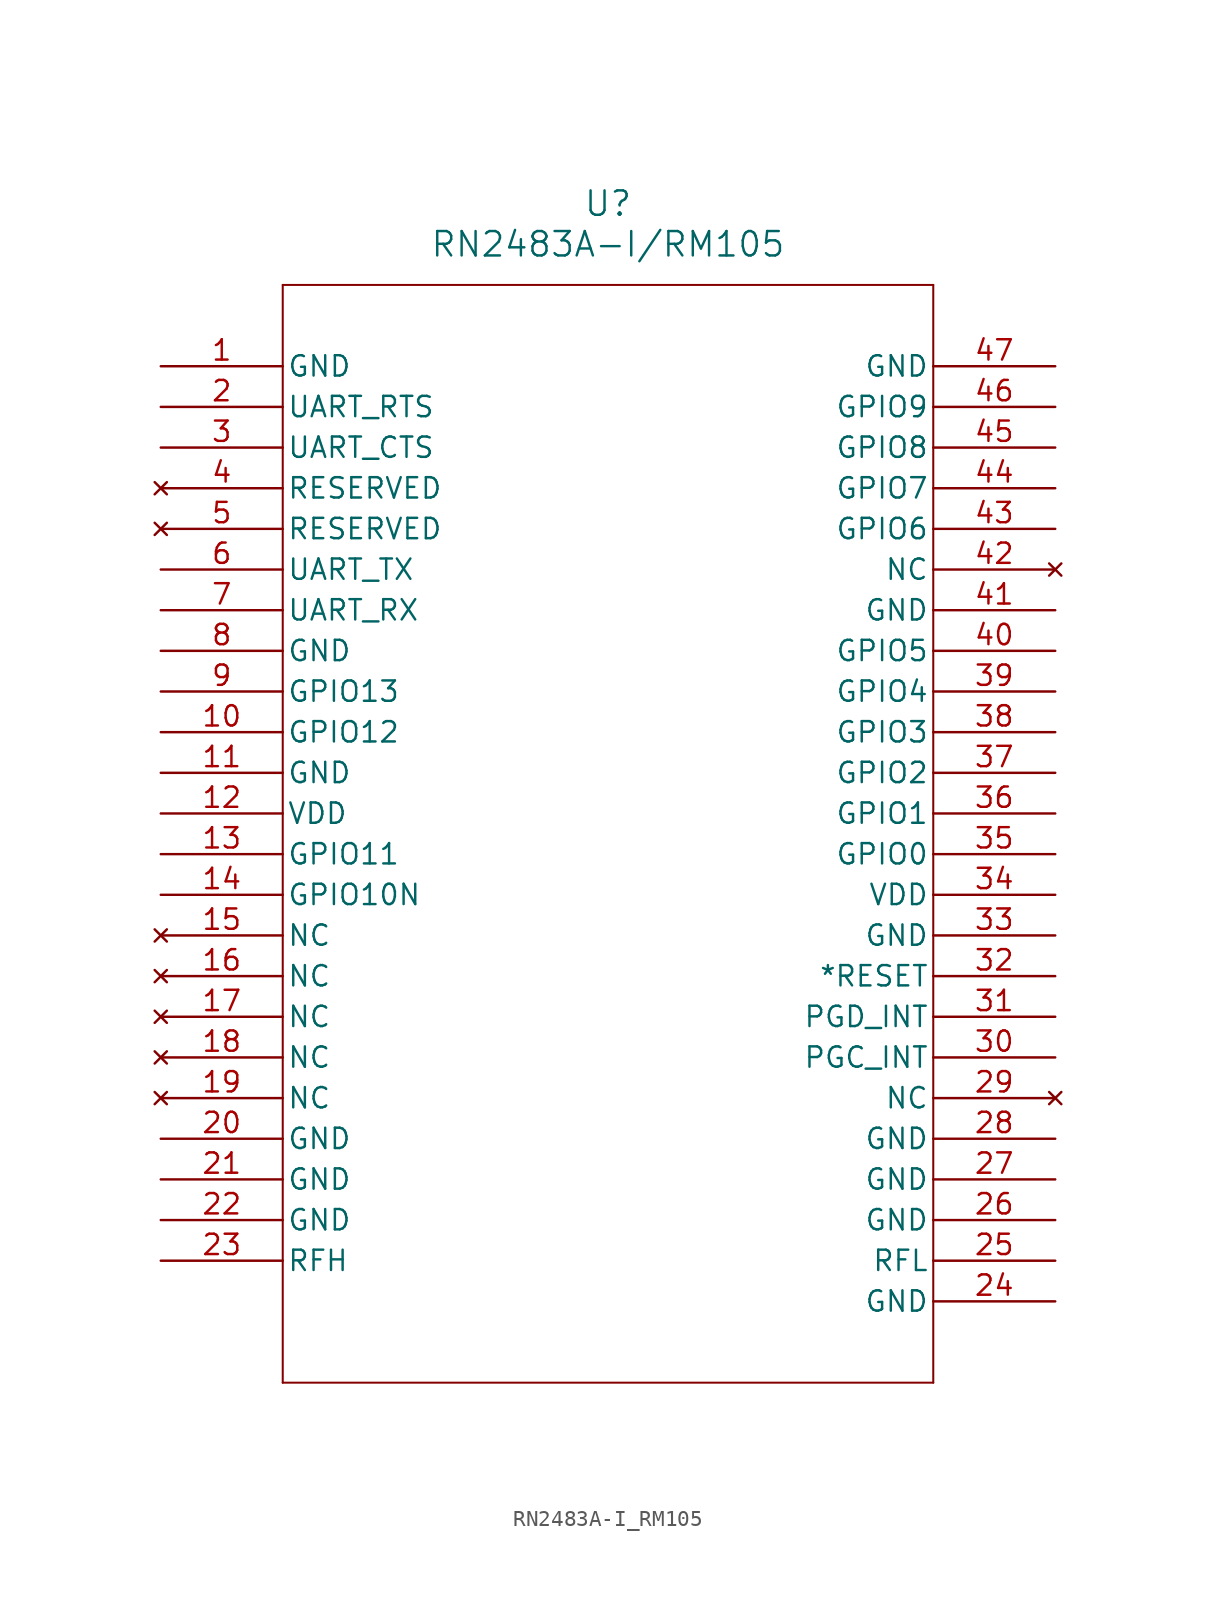
<source format=kicad_sym>
(kicad_symbol_lib
  (version 20211014)
  (generator kicad_symbol_editor)
  (symbol "RN2483A-I_RM105"
    (pin_names
      (offset 0.254))
    (property "Reference" "U"
      (at 27.94 10.16 0)
      (effects (font (size 1.524 1.524))))
    (property "Value" "RN2483A-I/RM105"
      (at 27.94 7.62 0)
      (effects (font (size 1.524 1.524))))
    (symbol "RN2483A-I_RM105_0_1"
      (polyline (pts (xy 7.62 5.08) (xy 7.62 -63.5)) (stroke (width 0.127) (type default) (color 0 0 0 0)) (fill (type none)))
      (polyline (pts (xy 7.62 -63.5) (xy 48.26 -63.5)) (stroke (width 0.127) (type default) (color 0 0 0 0)) (fill (type none)))
      (polyline (pts (xy 48.26 -63.5) (xy 48.26 5.08)) (stroke (width 0.127) (type default) (color 0 0 0 0)) (fill (type none)))
      (polyline (pts (xy 48.26 5.08) (xy 7.62 5.08)) (stroke (width 0.127) (type default) (color 0 0 0 0)) (fill (type none)))
      (pin power_out line (at 0 0 0) (length 7.62) (name "GND" (effects (font (size 1.27 1.27)))) (number "1" (effects (font (size 1.27 1.27)))))
      (pin output line (at 0 -2.54 0) (length 7.62) (name "UART_RTS" (effects (font (size 1.27 1.27)))) (number "2" (effects (font (size 1.27 1.27)))))
      (pin input line (at 0 -5.08 0) (length 7.62) (name "UART_CTS" (effects (font (size 1.27 1.27)))) (number "3" (effects (font (size 1.27 1.27)))))
      (pin no_connect line (at 0 -7.62 0) (length 7.62) (name "RESERVED" (effects (font (size 1.27 1.27)))) (number "4" (effects (font (size 1.27 1.27)))))
      (pin no_connect line (at 0 -10.16 0) (length 7.62) (name "RESERVED" (effects (font (size 1.27 1.27)))) (number "5" (effects (font (size 1.27 1.27)))))
      (pin output line (at 0 -12.7 0) (length 7.62) (name "UART_TX" (effects (font (size 1.27 1.27)))) (number "6" (effects (font (size 1.27 1.27)))))
      (pin input line (at 0 -15.24 0) (length 7.62) (name "UART_RX" (effects (font (size 1.27 1.27)))) (number "7" (effects (font (size 1.27 1.27)))))
      (pin power_out line (at 0 -17.78 0) (length 7.62) (name "GND" (effects (font (size 1.27 1.27)))) (number "8" (effects (font (size 1.27 1.27)))))
      (pin bidirectional line (at 0 -20.32 0) (length 7.62) (name "GPIO13" (effects (font (size 1.27 1.27)))) (number "9" (effects (font (size 1.27 1.27)))))
      (pin bidirectional line (at 0 -22.86 0) (length 7.62) (name "GPIO12" (effects (font (size 1.27 1.27)))) (number "10" (effects (font (size 1.27 1.27)))))
      (pin power_out line (at 0 -25.4 0) (length 7.62) (name "GND" (effects (font (size 1.27 1.27)))) (number "11" (effects (font (size 1.27 1.27)))))
      (pin power_in line (at 0 -27.94 0) (length 7.62) (name "VDD" (effects (font (size 1.27 1.27)))) (number "12" (effects (font (size 1.27 1.27)))))
      (pin bidirectional line (at 0 -30.48 0) (length 7.62) (name "GPIO11" (effects (font (size 1.27 1.27)))) (number "13" (effects (font (size 1.27 1.27)))))
      (pin bidirectional line (at 0 -33.02 0) (length 7.62) (name "GPIO10N" (effects (font (size 1.27 1.27)))) (number "14" (effects (font (size 1.27 1.27)))))
      (pin no_connect line (at 0 -35.56 0) (length 7.62) (name "NC" (effects (font (size 1.27 1.27)))) (number "15" (effects (font (size 1.27 1.27)))))
      (pin no_connect line (at 0 -38.1 0) (length 7.62) (name "NC" (effects (font (size 1.27 1.27)))) (number "16" (effects (font (size 1.27 1.27)))))
      (pin no_connect line (at 0 -40.64 0) (length 7.62) (name "NC" (effects (font (size 1.27 1.27)))) (number "17" (effects (font (size 1.27 1.27)))))
      (pin no_connect line (at 0 -43.18 0) (length 7.62) (name "NC" (effects (font (size 1.27 1.27)))) (number "18" (effects (font (size 1.27 1.27)))))
      (pin no_connect line (at 0 -45.72 0) (length 7.62) (name "NC" (effects (font (size 1.27 1.27)))) (number "19" (effects (font (size 1.27 1.27)))))
      (pin power_out line (at 0 -48.26 0) (length 7.62) (name "GND" (effects (font (size 1.27 1.27)))) (number "20" (effects (font (size 1.27 1.27)))))
      (pin power_out line (at 0 -50.8 0) (length 7.62) (name "GND" (effects (font (size 1.27 1.27)))) (number "21" (effects (font (size 1.27 1.27)))))
      (pin power_out line (at 0 -53.34 0) (length 7.62) (name "GND" (effects (font (size 1.27 1.27)))) (number "22" (effects (font (size 1.27 1.27)))))
      (pin unspecified line (at 0 -55.88 0) (length 7.62) (name "RFH" (effects (font (size 1.27 1.27)))) (number "23" (effects (font (size 1.27 1.27)))))
      (pin power_out line (at 55.88 -58.42 180) (length 7.62) (name "GND" (effects (font (size 1.27 1.27)))) (number "24" (effects (font (size 1.27 1.27)))))
      (pin unspecified line (at 55.88 -55.88 180) (length 7.62) (name "RFL" (effects (font (size 1.27 1.27)))) (number "25" (effects (font (size 1.27 1.27)))))
      (pin power_out line (at 55.88 -53.34 180) (length 7.62) (name "GND" (effects (font (size 1.27 1.27)))) (number "26" (effects (font (size 1.27 1.27)))))
      (pin power_out line (at 55.88 -50.8 180) (length 7.62) (name "GND" (effects (font (size 1.27 1.27)))) (number "27" (effects (font (size 1.27 1.27)))))
      (pin power_out line (at 55.88 -48.26 180) (length 7.62) (name "GND" (effects (font (size 1.27 1.27)))) (number "28" (effects (font (size 1.27 1.27)))))
      (pin no_connect line (at 55.88 -45.72 180) (length 7.62) (name "NC" (effects (font (size 1.27 1.27)))) (number "29" (effects (font (size 1.27 1.27)))))
      (pin bidirectional line (at 55.88 -43.18 180) (length 7.62) (name "PGC_INT" (effects (font (size 1.27 1.27)))) (number "30" (effects (font (size 1.27 1.27)))))
      (pin bidirectional line (at 55.88 -40.64 180) (length 7.62) (name "PGD_INT" (effects (font (size 1.27 1.27)))) (number "31" (effects (font (size 1.27 1.27)))))
      (pin input line (at 55.88 -38.1 180) (length 7.62) (name "*RESET" (effects (font (size 1.27 1.27)))) (number "32" (effects (font (size 1.27 1.27)))))
      (pin power_out line (at 55.88 -35.56 180) (length 7.62) (name "GND" (effects (font (size 1.27 1.27)))) (number "33" (effects (font (size 1.27 1.27)))))
      (pin power_in line (at 55.88 -33.02 180) (length 7.62) (name "VDD" (effects (font (size 1.27 1.27)))) (number "34" (effects (font (size 1.27 1.27)))))
      (pin bidirectional line (at 55.88 -30.48 180) (length 7.62) (name "GPIO0" (effects (font (size 1.27 1.27)))) (number "35" (effects (font (size 1.27 1.27)))))
      (pin bidirectional line (at 55.88 -27.94 180) (length 7.62) (name "GPIO1" (effects (font (size 1.27 1.27)))) (number "36" (effects (font (size 1.27 1.27)))))
      (pin bidirectional line (at 55.88 -25.4 180) (length 7.62) (name "GPIO2" (effects (font (size 1.27 1.27)))) (number "37" (effects (font (size 1.27 1.27)))))
      (pin bidirectional line (at 55.88 -22.86 180) (length 7.62) (name "GPIO3" (effects (font (size 1.27 1.27)))) (number "38" (effects (font (size 1.27 1.27)))))
      (pin bidirectional line (at 55.88 -20.32 180) (length 7.62) (name "GPIO4" (effects (font (size 1.27 1.27)))) (number "39" (effects (font (size 1.27 1.27)))))
      (pin bidirectional line (at 55.88 -17.78 180) (length 7.62) (name "GPIO5" (effects (font (size 1.27 1.27)))) (number "40" (effects (font (size 1.27 1.27)))))
      (pin power_out line (at 55.88 -15.24 180) (length 7.62) (name "GND" (effects (font (size 1.27 1.27)))) (number "41" (effects (font (size 1.27 1.27)))))
      (pin no_connect line (at 55.88 -12.7 180) (length 7.62) (name "NC" (effects (font (size 1.27 1.27)))) (number "42" (effects (font (size 1.27 1.27)))))
      (pin bidirectional line (at 55.88 -10.16 180) (length 7.62) (name "GPIO6" (effects (font (size 1.27 1.27)))) (number "43" (effects (font (size 1.27 1.27)))))
      (pin bidirectional line (at 55.88 -7.62 180) (length 7.62) (name "GPIO7" (effects (font (size 1.27 1.27)))) (number "44" (effects (font (size 1.27 1.27)))))
      (pin bidirectional line (at 55.88 -5.08 180) (length 7.62) (name "GPIO8" (effects (font (size 1.27 1.27)))) (number "45" (effects (font (size 1.27 1.27)))))
      (pin bidirectional line (at 55.88 -2.54 180) (length 7.62) (name "GPIO9" (effects (font (size 1.27 1.27)))) (number "46" (effects (font (size 1.27 1.27)))))
      (pin power_out line (at 55.88 0 180) (length 7.62) (name "GND" (effects (font (size 1.27 1.27)))) (number "47" (effects (font (size 1.27 1.27))))))))
</source>
